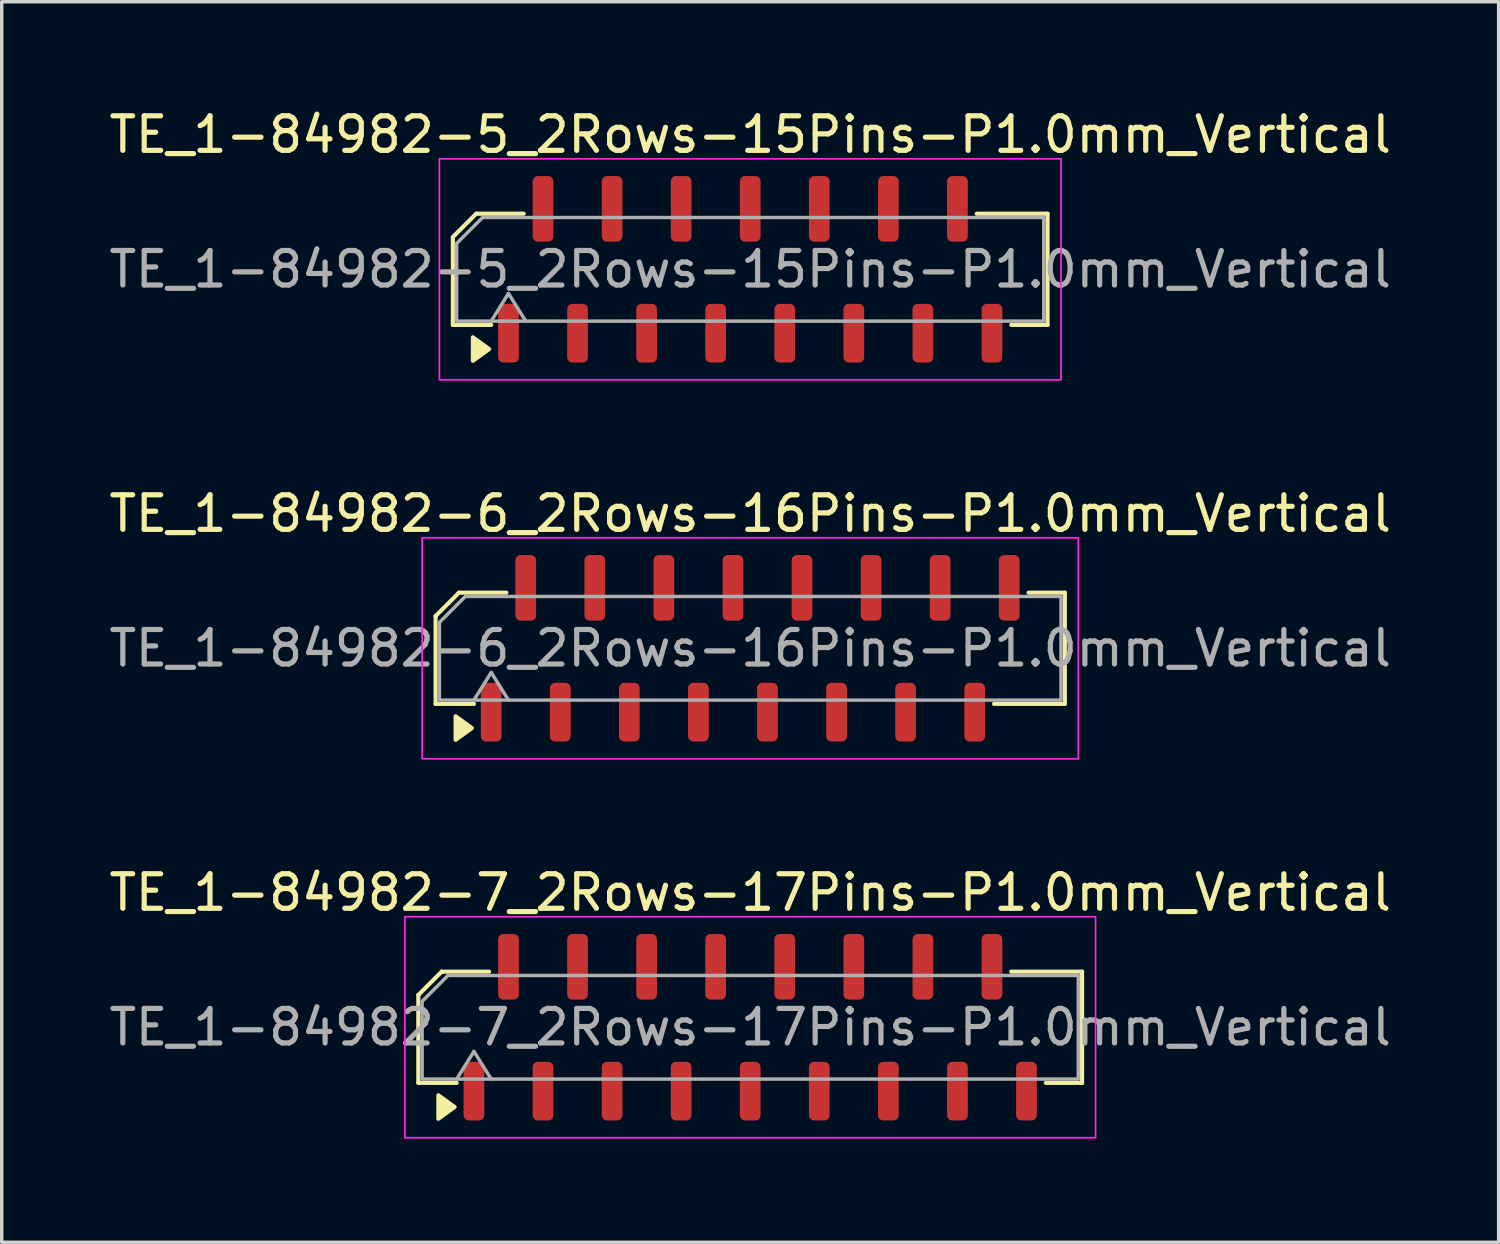
<source format=kicad_pcb>
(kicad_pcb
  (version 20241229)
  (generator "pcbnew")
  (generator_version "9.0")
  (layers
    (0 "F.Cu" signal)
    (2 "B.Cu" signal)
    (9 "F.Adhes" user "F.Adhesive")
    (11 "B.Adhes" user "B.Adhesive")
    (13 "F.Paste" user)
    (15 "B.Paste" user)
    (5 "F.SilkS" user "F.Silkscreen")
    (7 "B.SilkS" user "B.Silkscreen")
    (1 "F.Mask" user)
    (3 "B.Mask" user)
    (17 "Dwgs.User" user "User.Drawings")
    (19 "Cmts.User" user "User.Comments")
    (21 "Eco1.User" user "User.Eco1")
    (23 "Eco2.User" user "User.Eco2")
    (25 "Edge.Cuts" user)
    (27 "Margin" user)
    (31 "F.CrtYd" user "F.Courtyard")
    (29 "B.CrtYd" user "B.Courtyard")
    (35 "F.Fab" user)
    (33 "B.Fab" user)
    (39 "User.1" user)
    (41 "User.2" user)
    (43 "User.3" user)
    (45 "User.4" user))
  (footprint "TE_1-84982-6_2Rows-16Pins-P1.0mm_Vertical"
    (layer "F.Cu")
    (at 18.673 15.722)
    (property "Reference" "TE_1-84982-6_2Rows-16Pins-P1.0mm_Vertical" (at 0 -3.9 0) (layer "F.SilkS") (effects (font (size 1 1) (thickness 0.15))))
    (attr smd)
    (fp_line (start -9.11 -0.934) (end -9.11 1.61) (stroke (width 0.12) (type solid)) (layer "F.SilkS"))
    (fp_line (start -9.11 1.61) (end -8 1.61) (stroke (width 0.12) (type solid)) (layer "F.SilkS"))
    (fp_line (start -8.434 -1.61) (end -9.11 -0.934) (stroke (width 0.12) (type solid)) (layer "F.SilkS"))
    (fp_line (start -7.06 -1.61) (end -8.434 -1.61) (stroke (width 0.12) (type solid)) (layer "F.SilkS"))
    (fp_line (start 7.06 1.61) (end 9.11 1.61) (stroke (width 0.12) (type solid)) (layer "F.SilkS"))
    (fp_line (start 9.11 -1.61) (end 8.06 -1.61) (stroke (width 0.12) (type solid)) (layer "F.SilkS"))
    (fp_line (start 9.11 1.61) (end 9.11 -1.61) (stroke (width 0.12) (type solid)) (layer "F.SilkS"))
    (fp_poly (pts (xy -8.06 2.31) (xy -8.53 2.65) (xy -8.53 1.97)) (stroke (width 0.12) (type solid)) (fill yes) (layer "F.SilkS"))
    (fp_rect (start -9.5 -3.2) (end 9.5 3.2) (stroke (width 0.05) (type solid)) (fill no) (layer "F.CrtYd"))
    (fp_line (start -8 1.5) (end -7.5 0.7) (stroke (width 0.1) (type solid)) (layer "F.Fab"))
    (fp_line (start -7.5 0.7) (end -7 1.5) (stroke (width 0.1) (type solid)) (layer "F.Fab"))
    (fp_poly (pts (xy -9 -0.75) (xy -9 1.5) (xy 9 1.5) (xy 9 -1.5) (xy -8.25 -1.5)) (stroke (width 0.1) (type solid)) (fill no) (layer "F.Fab"))
    (fp_text user "${REFERENCE}" (at 0 0 0) (layer "F.Fab") (effects (font (size 1 1) (thickness 0.15))))
    (pad "1" smd roundrect (at -7.5 1.85) (size 0.6 1.7) (layers "F.Cu" "F.Mask" "F.Paste") (roundrect_rratio 0.25))
    (pad "2" smd roundrect (at -6.5 -1.75) (size 0.6 1.9) (layers "F.Cu" "F.Mask" "F.Paste") (roundrect_rratio 0.25))
    (pad "3" smd roundrect (at -5.5 1.85) (size 0.6 1.7) (layers "F.Cu" "F.Mask" "F.Paste") (roundrect_rratio 0.25))
    (pad "4" smd roundrect (at -4.5 -1.75) (size 0.6 1.9) (layers "F.Cu" "F.Mask" "F.Paste") (roundrect_rratio 0.25))
    (pad "5" smd roundrect (at -3.5 1.85) (size 0.6 1.7) (layers "F.Cu" "F.Mask" "F.Paste") (roundrect_rratio 0.25))
    (pad "6" smd roundrect (at -2.5 -1.75) (size 0.6 1.9) (layers "F.Cu" "F.Mask" "F.Paste") (roundrect_rratio 0.25))
    (pad "7" smd roundrect (at -1.5 1.85) (size 0.6 1.7) (layers "F.Cu" "F.Mask" "F.Paste") (roundrect_rratio 0.25))
    (pad "8" smd roundrect (at -0.5 -1.75) (size 0.6 1.9) (layers "F.Cu" "F.Mask" "F.Paste") (roundrect_rratio 0.25))
    (pad "9" smd roundrect (at 0.5 1.85) (size 0.6 1.7) (layers "F.Cu" "F.Mask" "F.Paste") (roundrect_rratio 0.25))
    (pad "10" smd roundrect (at 1.5 -1.75) (size 0.6 1.9) (layers "F.Cu" "F.Mask" "F.Paste") (roundrect_rratio 0.25))
    (pad "11" smd roundrect (at 2.5 1.85) (size 0.6 1.7) (layers "F.Cu" "F.Mask" "F.Paste") (roundrect_rratio 0.25))
    (pad "12" smd roundrect (at 3.5 -1.75) (size 0.6 1.9) (layers "F.Cu" "F.Mask" "F.Paste") (roundrect_rratio 0.25))
    (pad "13" smd roundrect (at 4.5 1.85) (size 0.6 1.7) (layers "F.Cu" "F.Mask" "F.Paste") (roundrect_rratio 0.25))
    (pad "14" smd roundrect (at 5.5 -1.75) (size 0.6 1.9) (layers "F.Cu" "F.Mask" "F.Paste") (roundrect_rratio 0.25))
    (pad "15" smd roundrect (at 6.5 1.85) (size 0.6 1.7) (layers "F.Cu" "F.Mask" "F.Paste") (roundrect_rratio 0.25))
    (pad "16" smd roundrect (at 7.5 -1.75) (size 0.6 1.9) (layers "F.Cu" "F.Mask" "F.Paste") (roundrect_rratio 0.25)))
  (footprint "TE_1-84982-5_2Rows-15Pins-P1.0mm_Vertical"
    (layer "F.Cu")
    (at 18.673 4.748)
    (property "Reference" "TE_1-84982-5_2Rows-15Pins-P1.0mm_Vertical" (at 0 -3.9 0) (layer "F.SilkS") (effects (font (size 1 1) (thickness 0.15))))
    (attr smd)
    (fp_line (start -8.61 -0.934) (end -8.61 1.61) (stroke (width 0.12) (type solid)) (layer "F.SilkS"))
    (fp_line (start -8.61 1.61) (end -7.5 1.61) (stroke (width 0.12) (type solid)) (layer "F.SilkS"))
    (fp_line (start -7.934 -1.61) (end -8.61 -0.934) (stroke (width 0.12) (type solid)) (layer "F.SilkS"))
    (fp_line (start -6.56 -1.61) (end -7.934 -1.61) (stroke (width 0.12) (type solid)) (layer "F.SilkS"))
    (fp_line (start 7.56 1.61) (end 8.61 1.61) (stroke (width 0.12) (type solid)) (layer "F.SilkS"))
    (fp_line (start 8.61 -1.61) (end 6.56 -1.61) (stroke (width 0.12) (type solid)) (layer "F.SilkS"))
    (fp_line (start 8.61 1.61) (end 8.61 -1.61) (stroke (width 0.12) (type solid)) (layer "F.SilkS"))
    (fp_poly (pts (xy -7.56 2.31) (xy -8.03 2.65) (xy -8.03 1.97)) (stroke (width 0.12) (type solid)) (fill yes) (layer "F.SilkS"))
    (fp_rect (start -9 -3.2) (end 9 3.2) (stroke (width 0.05) (type solid)) (fill no) (layer "F.CrtYd"))
    (fp_line (start -7.5 1.5) (end -7 0.7) (stroke (width 0.1) (type solid)) (layer "F.Fab"))
    (fp_line (start -7 0.7) (end -6.5 1.5) (stroke (width 0.1) (type solid)) (layer "F.Fab"))
    (fp_poly (pts (xy -8.5 -0.75) (xy -8.5 1.5) (xy 8.5 1.5) (xy 8.5 -1.5) (xy -7.75 -1.5)) (stroke (width 0.1) (type solid)) (fill no) (layer "F.Fab"))
    (fp_text user "${REFERENCE}" (at 0 0 0) (layer "F.Fab") (effects (font (size 1 1) (thickness 0.15))))
    (pad "1" smd roundrect (at -7 1.85) (size 0.6 1.7) (layers "F.Cu" "F.Mask" "F.Paste") (roundrect_rratio 0.25))
    (pad "2" smd roundrect (at -6 -1.75) (size 0.6 1.9) (layers "F.Cu" "F.Mask" "F.Paste") (roundrect_rratio 0.25))
    (pad "3" smd roundrect (at -5 1.85) (size 0.6 1.7) (layers "F.Cu" "F.Mask" "F.Paste") (roundrect_rratio 0.25))
    (pad "4" smd roundrect (at -4 -1.75) (size 0.6 1.9) (layers "F.Cu" "F.Mask" "F.Paste") (roundrect_rratio 0.25))
    (pad "5" smd roundrect (at -3 1.85) (size 0.6 1.7) (layers "F.Cu" "F.Mask" "F.Paste") (roundrect_rratio 0.25))
    (pad "6" smd roundrect (at -2 -1.75) (size 0.6 1.9) (layers "F.Cu" "F.Mask" "F.Paste") (roundrect_rratio 0.25))
    (pad "7" smd roundrect (at -1 1.85) (size 0.6 1.7) (layers "F.Cu" "F.Mask" "F.Paste") (roundrect_rratio 0.25))
    (pad "8" smd roundrect (at 0 -1.75) (size 0.6 1.9) (layers "F.Cu" "F.Mask" "F.Paste") (roundrect_rratio 0.25))
    (pad "9" smd roundrect (at 1 1.85) (size 0.6 1.7) (layers "F.Cu" "F.Mask" "F.Paste") (roundrect_rratio 0.25))
    (pad "10" smd roundrect (at 2 -1.75) (size 0.6 1.9) (layers "F.Cu" "F.Mask" "F.Paste") (roundrect_rratio 0.25))
    (pad "11" smd roundrect (at 3 1.85) (size 0.6 1.7) (layers "F.Cu" "F.Mask" "F.Paste") (roundrect_rratio 0.25))
    (pad "12" smd roundrect (at 4 -1.75) (size 0.6 1.9) (layers "F.Cu" "F.Mask" "F.Paste") (roundrect_rratio 0.25))
    (pad "13" smd roundrect (at 5 1.85) (size 0.6 1.7) (layers "F.Cu" "F.Mask" "F.Paste") (roundrect_rratio 0.25))
    (pad "14" smd roundrect (at 6 -1.75) (size 0.6 1.9) (layers "F.Cu" "F.Mask" "F.Paste") (roundrect_rratio 0.25))
    (pad "15" smd roundrect (at 7 1.85) (size 0.6 1.7) (layers "F.Cu" "F.Mask" "F.Paste") (roundrect_rratio 0.25)))
  (footprint "TE_1-84982-7_2Rows-17Pins-P1.0mm_Vertical"
    (layer "F.Cu")
    (at 18.673 26.695)
    (property "Reference" "TE_1-84982-7_2Rows-17Pins-P1.0mm_Vertical" (at 0 -3.9 0) (layer "F.SilkS") (effects (font (size 1 1) (thickness 0.15))))
    (attr smd)
    (fp_line (start -9.61 -0.934) (end -9.61 1.61) (stroke (width 0.12) (type solid)) (layer "F.SilkS"))
    (fp_line (start -9.61 1.61) (end -8.5 1.61) (stroke (width 0.12) (type solid)) (layer "F.SilkS"))
    (fp_line (start -8.934 -1.61) (end -9.61 -0.934) (stroke (width 0.12) (type solid)) (layer "F.SilkS"))
    (fp_line (start -7.56 -1.61) (end -8.934 -1.61) (stroke (width 0.12) (type solid)) (layer "F.SilkS"))
    (fp_line (start 8.56 1.61) (end 9.61 1.61) (stroke (width 0.12) (type solid)) (layer "F.SilkS"))
    (fp_line (start 9.61 -1.61) (end 7.56 -1.61) (stroke (width 0.12) (type solid)) (layer "F.SilkS"))
    (fp_line (start 9.61 1.61) (end 9.61 -1.61) (stroke (width 0.12) (type solid)) (layer "F.SilkS"))
    (fp_poly (pts (xy -8.56 2.31) (xy -9.03 2.65) (xy -9.03 1.97)) (stroke (width 0.12) (type solid)) (fill yes) (layer "F.SilkS"))
    (fp_rect (start -10 -3.2) (end 10 3.2) (stroke (width 0.05) (type solid)) (fill no) (layer "F.CrtYd"))
    (fp_line (start -8.5 1.5) (end -8 0.7) (stroke (width 0.1) (type solid)) (layer "F.Fab"))
    (fp_line (start -8 0.7) (end -7.5 1.5) (stroke (width 0.1) (type solid)) (layer "F.Fab"))
    (fp_poly (pts (xy -9.5 -0.75) (xy -9.5 1.5) (xy 9.5 1.5) (xy 9.5 -1.5) (xy -8.75 -1.5)) (stroke (width 0.1) (type solid)) (fill no) (layer "F.Fab"))
    (fp_text user "${REFERENCE}" (at 0 0 0) (layer "F.Fab") (effects (font (size 1 1) (thickness 0.15))))
    (pad "1" smd roundrect (at -8 1.85) (size 0.6 1.7) (layers "F.Cu" "F.Mask" "F.Paste") (roundrect_rratio 0.25))
    (pad "2" smd roundrect (at -7 -1.75) (size 0.6 1.9) (layers "F.Cu" "F.Mask" "F.Paste") (roundrect_rratio 0.25))
    (pad "3" smd roundrect (at -6 1.85) (size 0.6 1.7) (layers "F.Cu" "F.Mask" "F.Paste") (roundrect_rratio 0.25))
    (pad "4" smd roundrect (at -5 -1.75) (size 0.6 1.9) (layers "F.Cu" "F.Mask" "F.Paste") (roundrect_rratio 0.25))
    (pad "5" smd roundrect (at -4 1.85) (size 0.6 1.7) (layers "F.Cu" "F.Mask" "F.Paste") (roundrect_rratio 0.25))
    (pad "6" smd roundrect (at -3 -1.75) (size 0.6 1.9) (layers "F.Cu" "F.Mask" "F.Paste") (roundrect_rratio 0.25))
    (pad "7" smd roundrect (at -2 1.85) (size 0.6 1.7) (layers "F.Cu" "F.Mask" "F.Paste") (roundrect_rratio 0.25))
    (pad "8" smd roundrect (at -1 -1.75) (size 0.6 1.9) (layers "F.Cu" "F.Mask" "F.Paste") (roundrect_rratio 0.25))
    (pad "9" smd roundrect (at 0 1.85) (size 0.6 1.7) (layers "F.Cu" "F.Mask" "F.Paste") (roundrect_rratio 0.25))
    (pad "10" smd roundrect (at 1 -1.75) (size 0.6 1.9) (layers "F.Cu" "F.Mask" "F.Paste") (roundrect_rratio 0.25))
    (pad "11" smd roundrect (at 2 1.85) (size 0.6 1.7) (layers "F.Cu" "F.Mask" "F.Paste") (roundrect_rratio 0.25))
    (pad "12" smd roundrect (at 3 -1.75) (size 0.6 1.9) (layers "F.Cu" "F.Mask" "F.Paste") (roundrect_rratio 0.25))
    (pad "13" smd roundrect (at 4 1.85) (size 0.6 1.7) (layers "F.Cu" "F.Mask" "F.Paste") (roundrect_rratio 0.25))
    (pad "14" smd roundrect (at 5 -1.75) (size 0.6 1.9) (layers "F.Cu" "F.Mask" "F.Paste") (roundrect_rratio 0.25))
    (pad "15" smd roundrect (at 6 1.85) (size 0.6 1.7) (layers "F.Cu" "F.Mask" "F.Paste") (roundrect_rratio 0.25))
    (pad "16" smd roundrect (at 7 -1.75) (size 0.6 1.9) (layers "F.Cu" "F.Mask" "F.Paste") (roundrect_rratio 0.25))
    (pad "17" smd roundrect (at 8 1.85) (size 0.6 1.7) (layers "F.Cu" "F.Mask" "F.Paste") (roundrect_rratio 0.25)))
  (gr_rect
    (start -3 -3)
    (end 40.345 32.92)
    (stroke (width 0.1) (type default))
    (fill no)
    (layer "Edge.Cuts")))
</source>
